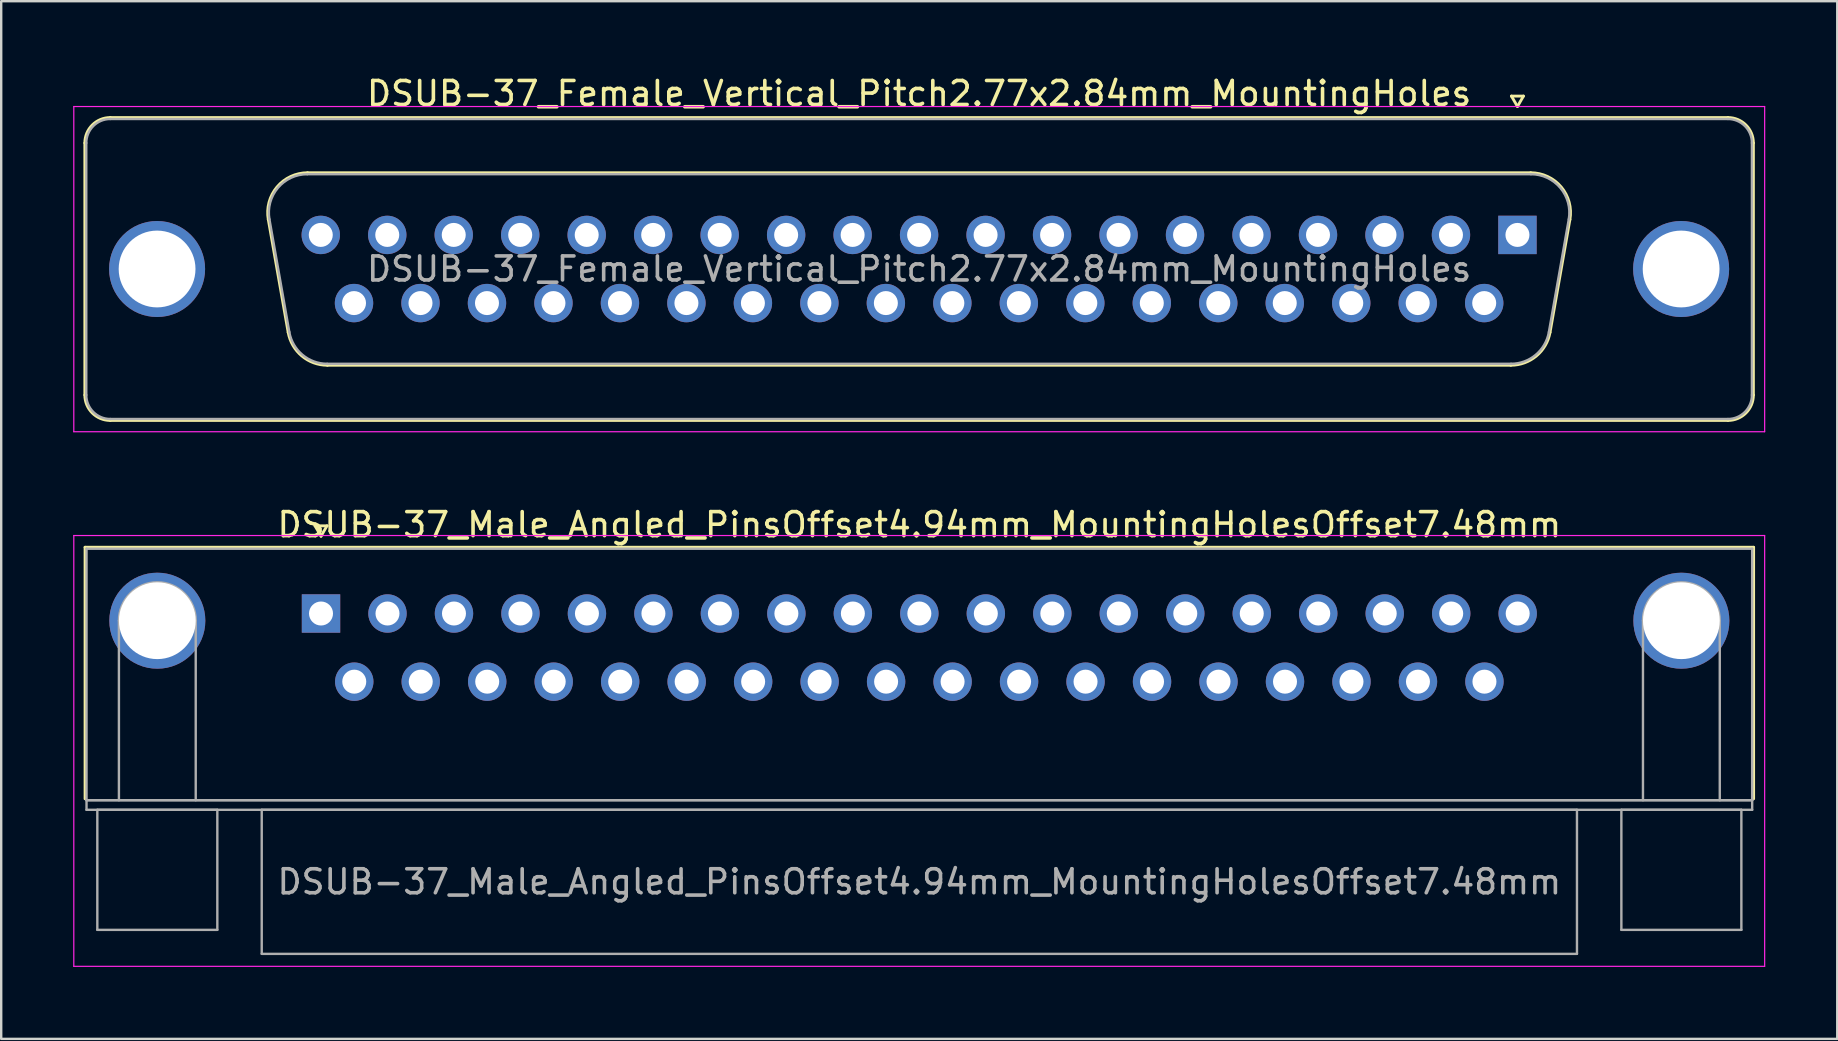
<source format=kicad_pcb>
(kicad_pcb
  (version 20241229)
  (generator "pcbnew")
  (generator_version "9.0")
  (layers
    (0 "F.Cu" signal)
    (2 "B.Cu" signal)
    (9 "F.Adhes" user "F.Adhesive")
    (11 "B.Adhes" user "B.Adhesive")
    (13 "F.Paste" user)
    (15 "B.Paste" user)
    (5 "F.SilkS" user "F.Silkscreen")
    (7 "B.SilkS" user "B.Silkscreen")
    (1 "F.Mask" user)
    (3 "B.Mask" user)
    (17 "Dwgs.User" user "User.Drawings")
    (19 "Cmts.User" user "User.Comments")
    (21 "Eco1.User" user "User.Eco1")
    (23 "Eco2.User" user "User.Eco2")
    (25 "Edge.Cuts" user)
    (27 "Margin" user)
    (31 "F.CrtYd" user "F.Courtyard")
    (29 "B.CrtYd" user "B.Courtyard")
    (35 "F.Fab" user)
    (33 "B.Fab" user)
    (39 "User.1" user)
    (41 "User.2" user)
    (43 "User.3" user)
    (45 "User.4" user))
  (footprint "DSUB-37_Male_Angled_PinsOffset4.94mm_MountingHolesOffset7.48mm"
    (layer "F.Cu")
    (at 10.325 22.512)
    (property "Reference" "DSUB-37_Male_Angled_PinsOffset4.94mm_MountingHolesOffset7.48mm" (at 24.93 -3.7 0) (layer "F.SilkS") (effects (font (size 1 1) (thickness 0.15))))
    (attr through_hole)
    (fp_line (start -9.83 -2.76) (end 59.69 -2.76) (stroke (width 0.12) (type solid)) (layer "F.SilkS"))
    (fp_line (start -9.83 7.72) (end -9.83 -2.76) (stroke (width 0.12) (type solid)) (layer "F.SilkS"))
    (fp_line (start -0.25 -3.654) (end 0.25 -3.654) (stroke (width 0.12) (type solid)) (layer "F.SilkS"))
    (fp_line (start 0 -3.221) (end -0.25 -3.654) (stroke (width 0.12) (type solid)) (layer "F.SilkS"))
    (fp_line (start 0.25 -3.654) (end 0 -3.221) (stroke (width 0.12) (type solid)) (layer "F.SilkS"))
    (fp_line (start 59.69 -2.76) (end 59.69 7.72) (stroke (width 0.12) (type solid)) (layer "F.SilkS"))
    (fp_line (start -10.3 -3.25) (end -10.3 14.7) (stroke (width 0.05) (type solid)) (layer "F.CrtYd"))
    (fp_line (start -10.3 14.7) (end 60.15 14.7) (stroke (width 0.05) (type solid)) (layer "F.CrtYd"))
    (fp_line (start 60.15 -3.25) (end -10.3 -3.25) (stroke (width 0.05) (type solid)) (layer "F.CrtYd"))
    (fp_line (start 60.15 14.7) (end 60.15 -3.25) (stroke (width 0.05) (type solid)) (layer "F.CrtYd"))
    (fp_line (start -9.77 -2.7) (end -9.77 7.78) (stroke (width 0.1) (type solid)) (layer "F.Fab"))
    (fp_line (start -9.77 7.78) (end -9.77 8.18) (stroke (width 0.1) (type solid)) (layer "F.Fab"))
    (fp_line (start -9.77 7.78) (end 59.63 7.78) (stroke (width 0.1) (type solid)) (layer "F.Fab"))
    (fp_line (start -9.77 8.18) (end 59.63 8.18) (stroke (width 0.1) (type solid)) (layer "F.Fab"))
    (fp_line (start -9.32 8.18) (end -9.32 13.18) (stroke (width 0.1) (type solid)) (layer "F.Fab"))
    (fp_line (start -9.32 13.18) (end -4.32 13.18) (stroke (width 0.1) (type solid)) (layer "F.Fab"))
    (fp_line (start -8.42 7.78) (end -8.42 0.3) (stroke (width 0.1) (type solid)) (layer "F.Fab"))
    (fp_line (start -5.22 7.78) (end -5.22 0.3) (stroke (width 0.1) (type solid)) (layer "F.Fab"))
    (fp_line (start -4.32 8.18) (end -9.32 8.18) (stroke (width 0.1) (type solid)) (layer "F.Fab"))
    (fp_line (start -4.32 13.18) (end -4.32 8.18) (stroke (width 0.1) (type solid)) (layer "F.Fab"))
    (fp_line (start -2.47 8.18) (end -2.47 14.18) (stroke (width 0.1) (type solid)) (layer "F.Fab"))
    (fp_line (start -2.47 14.18) (end 52.33 14.18) (stroke (width 0.1) (type solid)) (layer "F.Fab"))
    (fp_line (start 52.33 8.18) (end -2.47 8.18) (stroke (width 0.1) (type solid)) (layer "F.Fab"))
    (fp_line (start 52.33 14.18) (end 52.33 8.18) (stroke (width 0.1) (type solid)) (layer "F.Fab"))
    (fp_line (start 54.18 8.18) (end 54.18 13.18) (stroke (width 0.1) (type solid)) (layer "F.Fab"))
    (fp_line (start 54.18 13.18) (end 59.18 13.18) (stroke (width 0.1) (type solid)) (layer "F.Fab"))
    (fp_line (start 55.08 7.78) (end 55.08 0.3) (stroke (width 0.1) (type solid)) (layer "F.Fab"))
    (fp_line (start 58.28 7.78) (end 58.28 0.3) (stroke (width 0.1) (type solid)) (layer "F.Fab"))
    (fp_line (start 59.18 8.18) (end 54.18 8.18) (stroke (width 0.1) (type solid)) (layer "F.Fab"))
    (fp_line (start 59.18 13.18) (end 59.18 8.18) (stroke (width 0.1) (type solid)) (layer "F.Fab"))
    (fp_line (start 59.63 -2.7) (end -9.77 -2.7) (stroke (width 0.1) (type solid)) (layer "F.Fab"))
    (fp_line (start 59.63 7.78) (end -9.77 7.78) (stroke (width 0.1) (type solid)) (layer "F.Fab"))
    (fp_line (start 59.63 7.78) (end 59.63 -2.7) (stroke (width 0.1) (type solid)) (layer "F.Fab"))
    (fp_line (start 59.63 8.18) (end 59.63 7.78) (stroke (width 0.1) (type solid)) (layer "F.Fab"))
    (fp_arc (start -8.42 0.3) (mid -6.82 -1.3) (end -5.22 0.3) (stroke (width 0.1) (type solid)) (layer "F.Fab"))
    (fp_arc (start 55.08 0.3) (mid 56.68 -1.3) (end 58.28 0.3) (stroke (width 0.1) (type solid)) (layer "F.Fab"))
    (fp_text user "${REFERENCE}" (at 24.93 11.18 0) (layer "F.Fab") (effects (font (size 1 1) (thickness 0.15))))
    (pad "0" thru_hole circle (at -6.82 0.3) (size 4 4) (drill 3.2) (layers "*.Cu" "*.Mask"))
    (pad "0" thru_hole circle (at 56.68 0.3) (size 4 4) (drill 3.2) (layers "*.Cu" "*.Mask"))
    (pad "1" thru_hole rect (at 0 0) (size 1.6 1.6) (drill 1) (layers "*.Cu" "*.Mask"))
    (pad "2" thru_hole circle (at 2.77 0) (size 1.6 1.6) (drill 1) (layers "*.Cu" "*.Mask"))
    (pad "3" thru_hole circle (at 5.54 0) (size 1.6 1.6) (drill 1) (layers "*.Cu" "*.Mask"))
    (pad "4" thru_hole circle (at 8.31 0) (size 1.6 1.6) (drill 1) (layers "*.Cu" "*.Mask"))
    (pad "5" thru_hole circle (at 11.08 0) (size 1.6 1.6) (drill 1) (layers "*.Cu" "*.Mask"))
    (pad "6" thru_hole circle (at 13.85 0) (size 1.6 1.6) (drill 1) (layers "*.Cu" "*.Mask"))
    (pad "7" thru_hole circle (at 16.62 0) (size 1.6 1.6) (drill 1) (layers "*.Cu" "*.Mask"))
    (pad "8" thru_hole circle (at 19.39 0) (size 1.6 1.6) (drill 1) (layers "*.Cu" "*.Mask"))
    (pad "9" thru_hole circle (at 22.16 0) (size 1.6 1.6) (drill 1) (layers "*.Cu" "*.Mask"))
    (pad "10" thru_hole circle (at 24.93 0) (size 1.6 1.6) (drill 1) (layers "*.Cu" "*.Mask"))
    (pad "11" thru_hole circle (at 27.7 0) (size 1.6 1.6) (drill 1) (layers "*.Cu" "*.Mask"))
    (pad "12" thru_hole circle (at 30.47 0) (size 1.6 1.6) (drill 1) (layers "*.Cu" "*.Mask"))
    (pad "13" thru_hole circle (at 33.24 0) (size 1.6 1.6) (drill 1) (layers "*.Cu" "*.Mask"))
    (pad "14" thru_hole circle (at 36.01 0) (size 1.6 1.6) (drill 1) (layers "*.Cu" "*.Mask"))
    (pad "15" thru_hole circle (at 38.78 0) (size 1.6 1.6) (drill 1) (layers "*.Cu" "*.Mask"))
    (pad "16" thru_hole circle (at 41.55 0) (size 1.6 1.6) (drill 1) (layers "*.Cu" "*.Mask"))
    (pad "17" thru_hole circle (at 44.32 0) (size 1.6 1.6) (drill 1) (layers "*.Cu" "*.Mask"))
    (pad "18" thru_hole circle (at 47.09 0) (size 1.6 1.6) (drill 1) (layers "*.Cu" "*.Mask"))
    (pad "19" thru_hole circle (at 49.86 0) (size 1.6 1.6) (drill 1) (layers "*.Cu" "*.Mask"))
    (pad "20" thru_hole circle (at 1.385 2.84) (size 1.6 1.6) (drill 1) (layers "*.Cu" "*.Mask"))
    (pad "21" thru_hole circle (at 4.155 2.84) (size 1.6 1.6) (drill 1) (layers "*.Cu" "*.Mask"))
    (pad "22" thru_hole circle (at 6.925 2.84) (size 1.6 1.6) (drill 1) (layers "*.Cu" "*.Mask"))
    (pad "23" thru_hole circle (at 9.695 2.84) (size 1.6 1.6) (drill 1) (layers "*.Cu" "*.Mask"))
    (pad "24" thru_hole circle (at 12.465 2.84) (size 1.6 1.6) (drill 1) (layers "*.Cu" "*.Mask"))
    (pad "25" thru_hole circle (at 15.235 2.84) (size 1.6 1.6) (drill 1) (layers "*.Cu" "*.Mask"))
    (pad "26" thru_hole circle (at 18.005 2.84) (size 1.6 1.6) (drill 1) (layers "*.Cu" "*.Mask"))
    (pad "27" thru_hole circle (at 20.775 2.84) (size 1.6 1.6) (drill 1) (layers "*.Cu" "*.Mask"))
    (pad "28" thru_hole circle (at 23.545 2.84) (size 1.6 1.6) (drill 1) (layers "*.Cu" "*.Mask"))
    (pad "29" thru_hole circle (at 26.315 2.84) (size 1.6 1.6) (drill 1) (layers "*.Cu" "*.Mask"))
    (pad "30" thru_hole circle (at 29.085 2.84) (size 1.6 1.6) (drill 1) (layers "*.Cu" "*.Mask"))
    (pad "31" thru_hole circle (at 31.855 2.84) (size 1.6 1.6) (drill 1) (layers "*.Cu" "*.Mask"))
    (pad "32" thru_hole circle (at 34.625 2.84) (size 1.6 1.6) (drill 1) (layers "*.Cu" "*.Mask"))
    (pad "33" thru_hole circle (at 37.395 2.84) (size 1.6 1.6) (drill 1) (layers "*.Cu" "*.Mask"))
    (pad "34" thru_hole circle (at 40.165 2.84) (size 1.6 1.6) (drill 1) (layers "*.Cu" "*.Mask"))
    (pad "35" thru_hole circle (at 42.935 2.84) (size 1.6 1.6) (drill 1) (layers "*.Cu" "*.Mask"))
    (pad "36" thru_hole circle (at 45.705 2.84) (size 1.6 1.6) (drill 1) (layers "*.Cu" "*.Mask"))
    (pad "37" thru_hole circle (at 48.475 2.84) (size 1.6 1.6) (drill 1) (layers "*.Cu" "*.Mask")))
  (footprint "DSUB-37_Female_Vertical_Pitch2.77x2.84mm_MountingHoles"
    (layer "F.Cu")
    (at 60.175 6.738)
    (property "Reference" "DSUB-37_Female_Vertical_Pitch2.77x2.84mm_MountingHoles" (at -24.93 -5.89 0) (layer "F.SilkS") (effects (font (size 1 1) (thickness 0.15))))
    (attr through_hole)
    (fp_line (start -59.69 6.67) (end -59.69 -3.83) (stroke (width 0.12) (type solid)) (layer "F.SilkS"))
    (fp_line (start -58.63 -4.89) (end 8.77 -4.89) (stroke (width 0.12) (type solid)) (layer "F.SilkS"))
    (fp_line (start -52.046 -0.642) (end -51.218 4.058) (stroke (width 0.12) (type solid)) (layer "F.SilkS"))
    (fp_line (start -50.412 -2.59) (end 0.552 -2.59) (stroke (width 0.12) (type solid)) (layer "F.SilkS"))
    (fp_line (start -49.583 5.43) (end -0.277 5.43) (stroke (width 0.12) (type solid)) (layer "F.SilkS"))
    (fp_line (start -0.25 -5.784) (end 0.25 -5.784) (stroke (width 0.12) (type solid)) (layer "F.SilkS"))
    (fp_line (start 0 -5.351) (end -0.25 -5.784) (stroke (width 0.12) (type solid)) (layer "F.SilkS"))
    (fp_line (start 0.25 -5.784) (end 0 -5.351) (stroke (width 0.12) (type solid)) (layer "F.SilkS"))
    (fp_line (start 2.186 -0.642) (end 1.358 4.058) (stroke (width 0.12) (type solid)) (layer "F.SilkS"))
    (fp_line (start 8.77 7.73) (end -58.63 7.73) (stroke (width 0.12) (type solid)) (layer "F.SilkS"))
    (fp_line (start 9.83 -3.83) (end 9.83 6.67) (stroke (width 0.12) (type solid)) (layer "F.SilkS"))
    (fp_arc (start -59.69 -3.83) (mid -59.379533 -4.579533) (end -58.63 -4.89) (stroke (width 0.12) (type solid)) (layer "F.SilkS"))
    (fp_arc (start -58.63 7.73) (mid -59.379533 7.419533) (end -59.69 6.67) (stroke (width 0.12) (type solid)) (layer "F.SilkS"))
    (fp_arc (start -52.04647 -0.641744) (mid -51.683323 -1.997028) (end -50.411689 -2.59) (stroke (width 0.12) (type solid)) (layer "F.SilkS"))
    (fp_arc (start -49.582952 5.43) (mid -50.649979 5.041634) (end -51.217733 4.058256) (stroke (width 0.12) (type solid)) (layer "F.SilkS"))
    (fp_arc (start 0.551689 -2.59) (mid 1.823323 -1.997027) (end 2.18647 -0.641744) (stroke (width 0.12) (type solid)) (layer "F.SilkS"))
    (fp_arc (start 1.357733 4.058256) (mid 0.78998 5.041634) (end -0.277048 5.43) (stroke (width 0.12) (type solid)) (layer "F.SilkS"))
    (fp_arc (start 8.77 -4.89) (mid 9.519533 -4.579533) (end 9.83 -3.83) (stroke (width 0.12) (type solid)) (layer "F.SilkS"))
    (fp_arc (start 9.83 6.67) (mid 9.519533 7.419533) (end 8.77 7.73) (stroke (width 0.12) (type solid)) (layer "F.SilkS"))
    (fp_line (start -60.15 -5.35) (end -60.15 8.2) (stroke (width 0.05) (type solid)) (layer "F.CrtYd"))
    (fp_line (start -60.15 8.2) (end 10.3 8.2) (stroke (width 0.05) (type solid)) (layer "F.CrtYd"))
    (fp_line (start 10.3 -5.35) (end -60.15 -5.35) (stroke (width 0.05) (type solid)) (layer "F.CrtYd"))
    (fp_line (start 10.3 8.2) (end 10.3 -5.35) (stroke (width 0.05) (type solid)) (layer "F.CrtYd"))
    (fp_line (start -59.63 6.67) (end -59.63 -3.83) (stroke (width 0.1) (type solid)) (layer "F.Fab"))
    (fp_line (start -58.63 -4.83) (end 8.77 -4.83) (stroke (width 0.1) (type solid)) (layer "F.Fab"))
    (fp_line (start -51.999 -0.652) (end -51.17 4.048) (stroke (width 0.1) (type solid)) (layer "F.Fab"))
    (fp_line (start -50.423 -2.53) (end 0.563 -2.53) (stroke (width 0.1) (type solid)) (layer "F.Fab"))
    (fp_line (start -49.594 5.37) (end -0.266 5.37) (stroke (width 0.1) (type solid)) (layer "F.Fab"))
    (fp_line (start 2.139 -0.652) (end 1.31 4.048) (stroke (width 0.1) (type solid)) (layer "F.Fab"))
    (fp_line (start 8.77 7.67) (end -58.63 7.67) (stroke (width 0.1) (type solid)) (layer "F.Fab"))
    (fp_line (start 9.77 -3.83) (end 9.77 6.67) (stroke (width 0.1) (type solid)) (layer "F.Fab"))
    (fp_arc (start -59.63 -3.83) (mid -59.337107 -4.537107) (end -58.63 -4.83) (stroke (width 0.1) (type solid)) (layer "F.Fab"))
    (fp_arc (start -58.63 7.67) (mid -59.337107 7.377107) (end -59.63 6.67) (stroke (width 0.1) (type solid)) (layer "F.Fab"))
    (fp_arc (start -51.998886 -0.652163) (mid -51.648865 -1.95846) (end -50.423194 -2.53) (stroke (width 0.1) (type solid)) (layer "F.Fab"))
    (fp_arc (start -49.594457 5.37) (mid -50.622917 4.995671) (end -51.170149 4.047837) (stroke (width 0.1) (type solid)) (layer "F.Fab"))
    (fp_arc (start 0.563194 -2.53) (mid 1.788865 -1.95846) (end 2.138886 -0.652163) (stroke (width 0.1) (type solid)) (layer "F.Fab"))
    (fp_arc (start 1.310149 4.047837) (mid 0.762917 4.995671) (end -0.265543 5.37) (stroke (width 0.1) (type solid)) (layer "F.Fab"))
    (fp_arc (start 8.77 -4.83) (mid 9.477107 -4.537107) (end 9.77 -3.83) (stroke (width 0.1) (type solid)) (layer "F.Fab"))
    (fp_arc (start 9.77 6.67) (mid 9.477107 7.377107) (end 8.77 7.67) (stroke (width 0.1) (type solid)) (layer "F.Fab"))
    (fp_text user "${REFERENCE}" (at -24.93 1.42 0) (layer "F.Fab") (effects (font (size 1 1) (thickness 0.15))))
    (pad "0" thru_hole circle (at -56.68 1.42) (size 4 4) (drill 3.2) (layers "*.Cu" "*.Mask"))
    (pad "0" thru_hole circle (at 6.82 1.42) (size 4 4) (drill 3.2) (layers "*.Cu" "*.Mask"))
    (pad "1" thru_hole rect (at 0 0) (size 1.6 1.6) (drill 1) (layers "*.Cu" "*.Mask"))
    (pad "2" thru_hole circle (at -2.77 0) (size 1.6 1.6) (drill 1) (layers "*.Cu" "*.Mask"))
    (pad "3" thru_hole circle (at -5.54 0) (size 1.6 1.6) (drill 1) (layers "*.Cu" "*.Mask"))
    (pad "4" thru_hole circle (at -8.31 0) (size 1.6 1.6) (drill 1) (layers "*.Cu" "*.Mask"))
    (pad "5" thru_hole circle (at -11.08 0) (size 1.6 1.6) (drill 1) (layers "*.Cu" "*.Mask"))
    (pad "6" thru_hole circle (at -13.85 0) (size 1.6 1.6) (drill 1) (layers "*.Cu" "*.Mask"))
    (pad "7" thru_hole circle (at -16.62 0) (size 1.6 1.6) (drill 1) (layers "*.Cu" "*.Mask"))
    (pad "8" thru_hole circle (at -19.39 0) (size 1.6 1.6) (drill 1) (layers "*.Cu" "*.Mask"))
    (pad "9" thru_hole circle (at -22.16 0) (size 1.6 1.6) (drill 1) (layers "*.Cu" "*.Mask"))
    (pad "10" thru_hole circle (at -24.93 0) (size 1.6 1.6) (drill 1) (layers "*.Cu" "*.Mask"))
    (pad "11" thru_hole circle (at -27.7 0) (size 1.6 1.6) (drill 1) (layers "*.Cu" "*.Mask"))
    (pad "12" thru_hole circle (at -30.47 0) (size 1.6 1.6) (drill 1) (layers "*.Cu" "*.Mask"))
    (pad "13" thru_hole circle (at -33.24 0) (size 1.6 1.6) (drill 1) (layers "*.Cu" "*.Mask"))
    (pad "14" thru_hole circle (at -36.01 0) (size 1.6 1.6) (drill 1) (layers "*.Cu" "*.Mask"))
    (pad "15" thru_hole circle (at -38.78 0) (size 1.6 1.6) (drill 1) (layers "*.Cu" "*.Mask"))
    (pad "16" thru_hole circle (at -41.55 0) (size 1.6 1.6) (drill 1) (layers "*.Cu" "*.Mask"))
    (pad "17" thru_hole circle (at -44.32 0) (size 1.6 1.6) (drill 1) (layers "*.Cu" "*.Mask"))
    (pad "18" thru_hole circle (at -47.09 0) (size 1.6 1.6) (drill 1) (layers "*.Cu" "*.Mask"))
    (pad "19" thru_hole circle (at -49.86 0) (size 1.6 1.6) (drill 1) (layers "*.Cu" "*.Mask"))
    (pad "20" thru_hole circle (at -1.385 2.84) (size 1.6 1.6) (drill 1) (layers "*.Cu" "*.Mask"))
    (pad "21" thru_hole circle (at -4.155 2.84) (size 1.6 1.6) (drill 1) (layers "*.Cu" "*.Mask"))
    (pad "22" thru_hole circle (at -6.925 2.84) (size 1.6 1.6) (drill 1) (layers "*.Cu" "*.Mask"))
    (pad "23" thru_hole circle (at -9.695 2.84) (size 1.6 1.6) (drill 1) (layers "*.Cu" "*.Mask"))
    (pad "24" thru_hole circle (at -12.465 2.84) (size 1.6 1.6) (drill 1) (layers "*.Cu" "*.Mask"))
    (pad "25" thru_hole circle (at -15.235 2.84) (size 1.6 1.6) (drill 1) (layers "*.Cu" "*.Mask"))
    (pad "26" thru_hole circle (at -18.005 2.84) (size 1.6 1.6) (drill 1) (layers "*.Cu" "*.Mask"))
    (pad "27" thru_hole circle (at -20.775 2.84) (size 1.6 1.6) (drill 1) (layers "*.Cu" "*.Mask"))
    (pad "28" thru_hole circle (at -23.545 2.84) (size 1.6 1.6) (drill 1) (layers "*.Cu" "*.Mask"))
    (pad "29" thru_hole circle (at -26.315 2.84) (size 1.6 1.6) (drill 1) (layers "*.Cu" "*.Mask"))
    (pad "30" thru_hole circle (at -29.085 2.84) (size 1.6 1.6) (drill 1) (layers "*.Cu" "*.Mask"))
    (pad "31" thru_hole circle (at -31.855 2.84) (size 1.6 1.6) (drill 1) (layers "*.Cu" "*.Mask"))
    (pad "32" thru_hole circle (at -34.625 2.84) (size 1.6 1.6) (drill 1) (layers "*.Cu" "*.Mask"))
    (pad "33" thru_hole circle (at -37.395 2.84) (size 1.6 1.6) (drill 1) (layers "*.Cu" "*.Mask"))
    (pad "34" thru_hole circle (at -40.165 2.84) (size 1.6 1.6) (drill 1) (layers "*.Cu" "*.Mask"))
    (pad "35" thru_hole circle (at -42.935 2.84) (size 1.6 1.6) (drill 1) (layers "*.Cu" "*.Mask"))
    (pad "36" thru_hole circle (at -45.705 2.84) (size 1.6 1.6) (drill 1) (layers "*.Cu" "*.Mask"))
    (pad "37" thru_hole circle (at -48.475 2.84) (size 1.6 1.6) (drill 1) (layers "*.Cu" "*.Mask")))
  (gr_rect
    (start -3 -3)
    (end 73.5 40.236)
    (stroke (width 0.1) (type default))
    (fill no)
    (layer "Edge.Cuts")))
</source>
